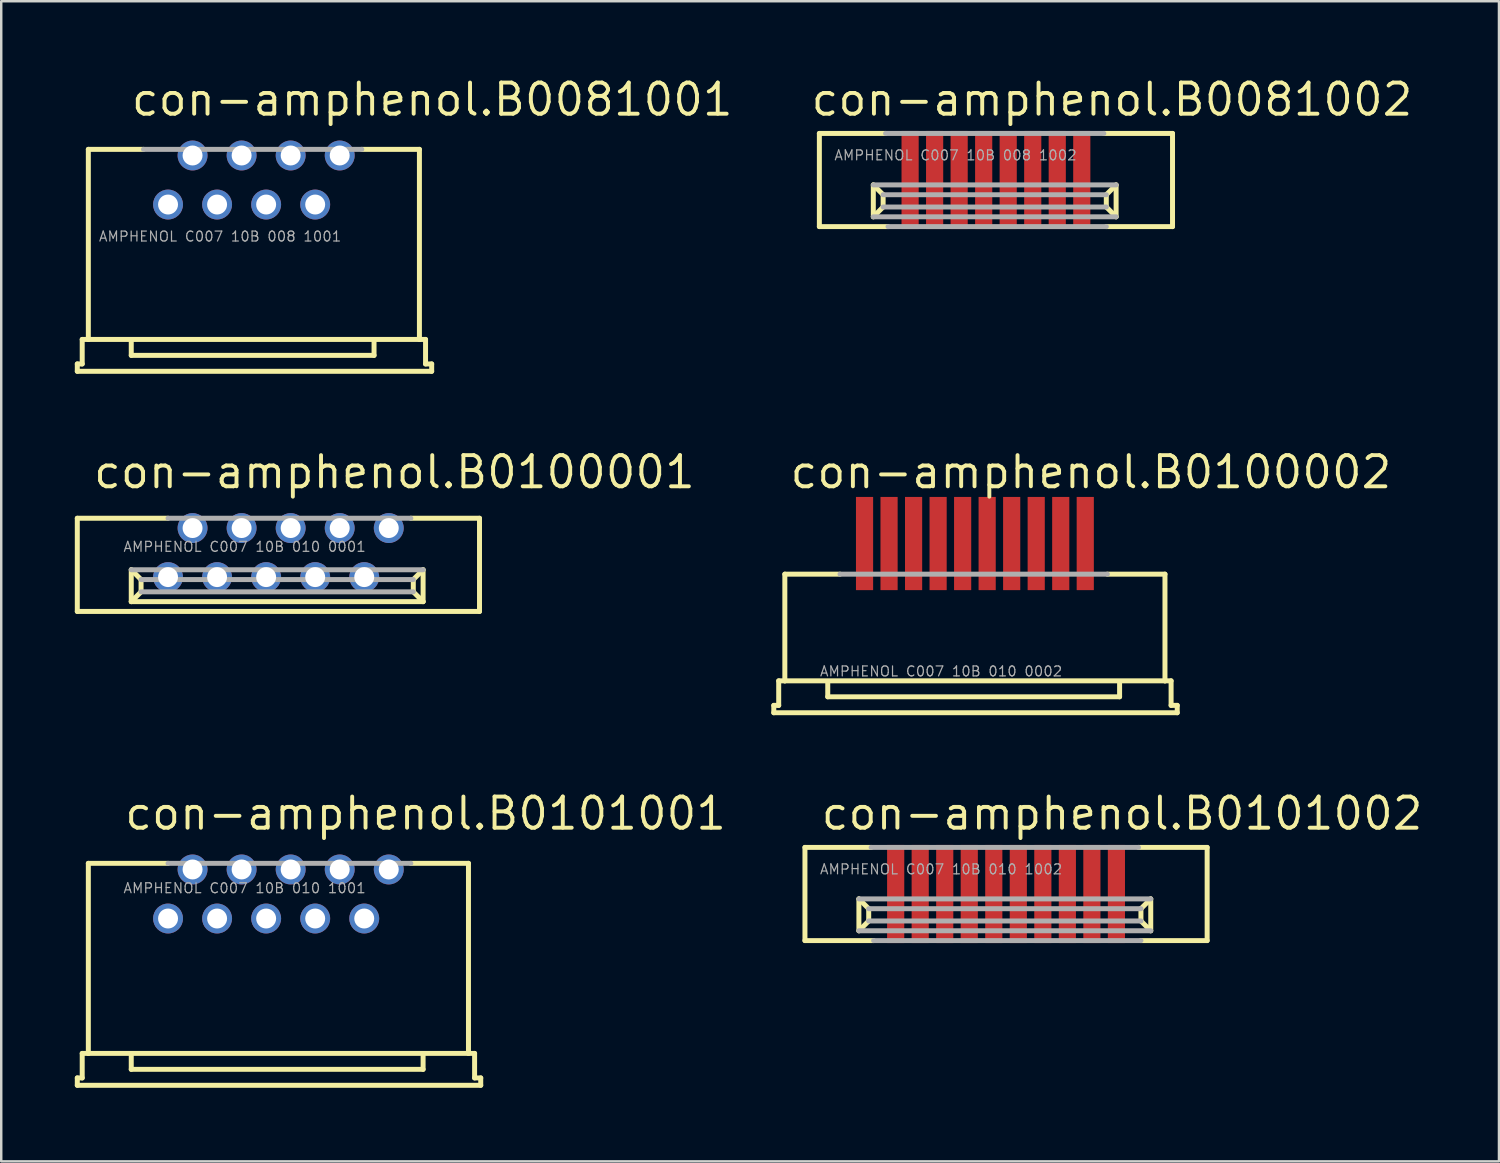
<source format=kicad_pcb>
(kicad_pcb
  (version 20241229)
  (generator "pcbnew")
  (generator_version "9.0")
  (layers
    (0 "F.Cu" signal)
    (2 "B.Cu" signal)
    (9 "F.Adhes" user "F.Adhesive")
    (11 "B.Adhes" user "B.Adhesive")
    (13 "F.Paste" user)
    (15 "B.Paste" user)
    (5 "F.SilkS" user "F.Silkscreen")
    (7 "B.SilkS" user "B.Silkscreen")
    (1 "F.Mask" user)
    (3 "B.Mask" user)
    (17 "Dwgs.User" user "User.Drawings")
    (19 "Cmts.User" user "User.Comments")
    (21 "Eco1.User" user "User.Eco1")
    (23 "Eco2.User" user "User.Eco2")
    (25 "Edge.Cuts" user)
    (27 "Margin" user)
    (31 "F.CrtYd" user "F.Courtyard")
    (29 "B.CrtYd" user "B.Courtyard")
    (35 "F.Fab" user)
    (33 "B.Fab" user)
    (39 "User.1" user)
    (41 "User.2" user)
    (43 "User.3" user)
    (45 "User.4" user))
  (footprint "con-amphenol.B0101002"
    (layer "F.Cu")
    (at 37.972 33.403)
    (property "Reference" "con-amphenol.B0101002" (at -7.62 -2.54 0) (layer "F.SilkS") (effects (font (size 1.27 1.27) (thickness 0.16)) (justify left bottom)))
    (attr smd)
    (fp_line (start -8.2 -1.9) (end -5.5 -1.9) (stroke (width 0.203) (type default)) (layer "F.SilkS"))
    (fp_line (start -8.2 1.9) (end -8.2 -1.9) (stroke (width 0.203) (type default)) (layer "F.SilkS"))
    (fp_line (start -6 0.2) (end -6 1.5) (stroke (width 0.203) (type default)) (layer "F.SilkS"))
    (fp_line (start -6 0.2) (end -5.6 0.6) (stroke (width 0.203) (type default)) (layer "F.SilkS"))
    (fp_line (start -6 1.5) (end -5.6 1.1) (stroke (width 0.203) (type default)) (layer "F.SilkS"))
    (fp_line (start -5.6 1.1) (end -5.6 0.6) (stroke (width 0.203) (type default)) (layer "F.SilkS"))
    (fp_line (start -5.4 1.9) (end -8.2 1.9) (stroke (width 0.203) (type default)) (layer "F.SilkS"))
    (fp_line (start 5.4 -1.9) (end 8.2 -1.9) (stroke (width 0.203) (type default)) (layer "F.SilkS"))
    (fp_line (start 5.5 0.6) (end 5.5 1.1) (stroke (width 0.203) (type default)) (layer "F.SilkS"))
    (fp_line (start 5.9 0.2) (end 5.5 0.6) (stroke (width 0.203) (type default)) (layer "F.SilkS"))
    (fp_line (start 5.9 1.5) (end 5.5 1.1) (stroke (width 0.203) (type default)) (layer "F.SilkS"))
    (fp_line (start 5.9 1.5) (end 5.9 0.2) (stroke (width 0.203) (type default)) (layer "F.SilkS"))
    (fp_line (start 8.2 -1.9) (end 8.2 1.9) (stroke (width 0.203) (type default)) (layer "F.SilkS"))
    (fp_line (start 8.2 1.9) (end 5.5 1.9) (stroke (width 0.203) (type default)) (layer "F.SilkS"))
    (fp_line (start -5.6 0.6) (end 5.5 0.6) (stroke (width 0.203) (type default)) (layer "F.Fab"))
    (fp_line (start -5.5 -1.9) (end 5.4 -1.9) (stroke (width 0.203) (type default)) (layer "F.Fab"))
    (fp_line (start 5.5 1.1) (end -5.6 1.1) (stroke (width 0.203) (type default)) (layer "F.Fab"))
    (fp_line (start 5.5 1.9) (end -5.4 1.9) (stroke (width 0.203) (type default)) (layer "F.Fab"))
    (fp_line (start 5.9 0.2) (end -6 0.2) (stroke (width 0.203) (type default)) (layer "F.Fab"))
    (fp_line (start 5.9 1.5) (end -6 1.5) (stroke (width 0.203) (type default)) (layer "F.Fab"))
    (fp_text user "AMPHENOL C007 10B 010 1002" (at -7.62 -0.77 0) (layer "F.Fab") (effects (font (size 0.406 0.406) (thickness 0.05)) (justify left bottom)))
    (pad "1" smd roundrect (at -4.5 0) (size 0.7 4) (layers "F.Cu" "F.Mask" "F.Paste") (roundrect_rratio 0.01))
    (pad "2" smd roundrect (at -3.5 0) (size 0.7 4) (layers "F.Cu" "F.Mask" "F.Paste") (roundrect_rratio 0.01))
    (pad "3" smd roundrect (at -2.5 0) (size 0.7 4) (layers "F.Cu" "F.Mask" "F.Paste") (roundrect_rratio 0.01))
    (pad "4" smd roundrect (at -1.5 0) (size 0.7 4) (layers "F.Cu" "F.Mask" "F.Paste") (roundrect_rratio 0.01))
    (pad "5" smd roundrect (at -0.5 0) (size 0.7 4) (layers "F.Cu" "F.Mask" "F.Paste") (roundrect_rratio 0.01))
    (pad "6" smd roundrect (at 0.5 0) (size 0.7 4) (layers "F.Cu" "F.Mask" "F.Paste") (roundrect_rratio 0.01))
    (pad "7" smd roundrect (at 1.5 0) (size 0.7 4) (layers "F.Cu" "F.Mask" "F.Paste") (roundrect_rratio 0.01))
    (pad "8" smd roundrect (at 2.5 0) (size 0.7 4) (layers "F.Cu" "F.Mask" "F.Paste") (roundrect_rratio 0.01))
    (pad "9" smd roundrect (at 3.5 0) (size 0.7 4) (layers "F.Cu" "F.Mask" "F.Paste") (roundrect_rratio 0.01))
    (pad "10" smd roundrect (at 4.5 0) (size 0.7 4) (layers "F.Cu" "F.Mask" "F.Paste") (roundrect_rratio 0.01)))
  (footprint "con-amphenol.B0100002"
    (layer "F.Cu")
    (at 36.702 22.022)
    (property "Reference" "con-amphenol.B0100002" (at -7.62 -5.08 0) (layer "F.SilkS") (effects (font (size 1.27 1.27) (thickness 0.16)) (justify left bottom)))
    (attr smd)
    (fp_line (start -8.2 3.69) (end -8 3.69) (stroke (width 0.203) (type default)) (layer "F.SilkS"))
    (fp_line (start -8.2 3.99) (end -8.2 3.69) (stroke (width 0.203) (type default)) (layer "F.SilkS"))
    (fp_line (start -8 2.69) (end -7.75 2.69) (stroke (width 0.203) (type default)) (layer "F.SilkS"))
    (fp_line (start -8 3.69) (end -8 2.69) (stroke (width 0.203) (type default)) (layer "F.SilkS"))
    (fp_line (start -7.75 -1.66) (end -5.5 -1.66) (stroke (width 0.203) (type default)) (layer "F.SilkS"))
    (fp_line (start -7.75 2.69) (end -7.75 -1.66) (stroke (width 0.203) (type default)) (layer "F.SilkS"))
    (fp_line (start -7.75 2.69) (end 7.75 2.69) (stroke (width 0.203) (type default)) (layer "F.SilkS"))
    (fp_line (start -6 2.79) (end -6 3.34) (stroke (width 0.203) (type default)) (layer "F.SilkS"))
    (fp_line (start 5.4 -1.66) (end 7.75 -1.66) (stroke (width 0.203) (type default)) (layer "F.SilkS"))
    (fp_line (start 5.9 3.34) (end -6 3.34) (stroke (width 0.203) (type default)) (layer "F.SilkS"))
    (fp_line (start 5.9 3.34) (end 5.9 2.79) (stroke (width 0.203) (type default)) (layer "F.SilkS"))
    (fp_line (start 7.75 -1.66) (end 7.75 2.69) (stroke (width 0.203) (type default)) (layer "F.SilkS"))
    (fp_line (start 7.75 2.69) (end 8 2.69) (stroke (width 0.203) (type default)) (layer "F.SilkS"))
    (fp_line (start 8 2.69) (end 8 3.69) (stroke (width 0.203) (type default)) (layer "F.SilkS"))
    (fp_line (start 8 3.69) (end 8.25 3.69) (stroke (width 0.203) (type default)) (layer "F.SilkS"))
    (fp_line (start 8.25 3.69) (end 8.25 3.99) (stroke (width 0.203) (type default)) (layer "F.SilkS"))
    (fp_line (start 8.25 3.99) (end -8.2 3.99) (stroke (width 0.203) (type default)) (layer "F.SilkS"))
    (fp_line (start -5.5 -1.66) (end 5.4 -1.66) (stroke (width 0.203) (type default)) (layer "F.Fab"))
    (fp_text user "AMPHENOL C007 10B 010 0002" (at -6.35 2.54 0) (layer "F.Fab") (effects (font (size 0.406 0.406) (thickness 0.05)) (justify left bottom)))
    (pad "1" smd roundrect (at -4.5 -2.91) (size 0.7 3.8) (layers "F.Cu" "F.Mask" "F.Paste") (roundrect_rratio 0.01))
    (pad "2" smd roundrect (at -3.5 -2.91) (size 0.7 3.8) (layers "F.Cu" "F.Mask" "F.Paste") (roundrect_rratio 0.01))
    (pad "3" smd roundrect (at -2.5 -2.91) (size 0.7 3.8) (layers "F.Cu" "F.Mask" "F.Paste") (roundrect_rratio 0.01))
    (pad "4" smd roundrect (at -1.5 -2.91) (size 0.7 3.8) (layers "F.Cu" "F.Mask" "F.Paste") (roundrect_rratio 0.01))
    (pad "5" smd roundrect (at -0.5 -2.91) (size 0.7 3.8) (layers "F.Cu" "F.Mask" "F.Paste") (roundrect_rratio 0.01))
    (pad "6" smd roundrect (at 0.5 -2.91) (size 0.7 3.8) (layers "F.Cu" "F.Mask" "F.Paste") (roundrect_rratio 0.01))
    (pad "7" smd roundrect (at 1.5 -2.91) (size 0.7 3.8) (layers "F.Cu" "F.Mask" "F.Paste") (roundrect_rratio 0.01))
    (pad "8" smd roundrect (at 2.5 -2.91) (size 0.7 3.8) (layers "F.Cu" "F.Mask" "F.Paste") (roundrect_rratio 0.01))
    (pad "9" smd roundrect (at 3.5 -2.91) (size 0.7 3.8) (layers "F.Cu" "F.Mask" "F.Paste") (roundrect_rratio 0.01))
    (pad "10" smd roundrect (at 4.5 -2.91) (size 0.7 3.8) (layers "F.Cu" "F.Mask" "F.Paste") (roundrect_rratio 0.01)))
  (footprint "con-amphenol.B0081001"
    (layer "F.Cu")
    (at 7.302 4.29)
    (property "Reference" "con-amphenol.B0081001" (at -5.08 -2.54 0) (layer "F.SilkS") (effects (font (size 1.27 1.27) (thickness 0.16)) (justify left bottom)))
    (attr through_hole)
    (fp_line (start -7.2 7.5) (end -7 7.5) (stroke (width 0.203) (type default)) (layer "F.SilkS"))
    (fp_line (start -7.2 7.8) (end -7.2 7.5) (stroke (width 0.203) (type default)) (layer "F.SilkS"))
    (fp_line (start -7 6.5) (end -6.75 6.5) (stroke (width 0.203) (type default)) (layer "F.SilkS"))
    (fp_line (start -7 7.5) (end -7 6.5) (stroke (width 0.203) (type default)) (layer "F.SilkS"))
    (fp_line (start -6.75 -1.25) (end -4.5 -1.25) (stroke (width 0.203) (type default)) (layer "F.SilkS"))
    (fp_line (start -6.75 6.5) (end -6.75 -1.25) (stroke (width 0.203) (type default)) (layer "F.SilkS"))
    (fp_line (start -6.75 6.5) (end 6.75 6.5) (stroke (width 0.203) (type default)) (layer "F.SilkS"))
    (fp_line (start -5 6.6) (end -5 7.15) (stroke (width 0.203) (type default)) (layer "F.SilkS"))
    (fp_line (start 4.4 -1.25) (end 6.75 -1.25) (stroke (width 0.203) (type default)) (layer "F.SilkS"))
    (fp_line (start 4.9 7.15) (end -5 7.15) (stroke (width 0.203) (type default)) (layer "F.SilkS"))
    (fp_line (start 4.9 7.15) (end 4.9 6.6) (stroke (width 0.203) (type default)) (layer "F.SilkS"))
    (fp_line (start 6.75 -1.25) (end 6.75 6.5) (stroke (width 0.203) (type default)) (layer "F.SilkS"))
    (fp_line (start 6.75 6.5) (end 7 6.5) (stroke (width 0.203) (type default)) (layer "F.SilkS"))
    (fp_line (start 7 6.5) (end 7 7.5) (stroke (width 0.203) (type default)) (layer "F.SilkS"))
    (fp_line (start 7 7.5) (end 7.25 7.5) (stroke (width 0.203) (type default)) (layer "F.SilkS"))
    (fp_line (start 7.25 7.5) (end 7.25 7.8) (stroke (width 0.203) (type default)) (layer "F.SilkS"))
    (fp_line (start 7.25 7.8) (end -7.2 7.8) (stroke (width 0.203) (type default)) (layer "F.SilkS"))
    (fp_line (start -4.5 -1.25) (end 4.4 -1.25) (stroke (width 0.203) (type default)) (layer "F.Fab"))
    (fp_text user "AMPHENOL C007 10B 008 1001" (at -6.35 2.54 0) (layer "F.Fab") (effects (font (size 0.406 0.406) (thickness 0.05)) (justify left bottom)))
    (pad "1" thru_hole circle (at -3.5 1) (size 1.219 1.219) (drill 0.813) (layers "*.Cu" "*.Mask"))
    (pad "2" thru_hole circle (at -2.5 -1) (size 1.219 1.219) (drill 0.813) (layers "*.Cu" "*.Mask"))
    (pad "3" thru_hole circle (at -1.5 1) (size 1.219 1.219) (drill 0.813) (layers "*.Cu" "*.Mask"))
    (pad "4" thru_hole circle (at -0.5 -1) (size 1.219 1.219) (drill 0.813) (layers "*.Cu" "*.Mask"))
    (pad "5" thru_hole circle (at 0.5 1) (size 1.219 1.219) (drill 0.813) (layers "*.Cu" "*.Mask"))
    (pad "6" thru_hole circle (at 1.5 -1) (size 1.219 1.219) (drill 0.813) (layers "*.Cu" "*.Mask"))
    (pad "7" thru_hole circle (at 2.5 1) (size 1.219 1.219) (drill 0.813) (layers "*.Cu" "*.Mask"))
    (pad "8" thru_hole circle (at 3.5 -1) (size 1.219 1.219) (drill 0.813) (layers "*.Cu" "*.Mask")))
  (footprint "con-amphenol.B0101001"
    (layer "F.Cu")
    (at 8.302 33.403)
    (property "Reference" "con-amphenol.B0101001" (at -6.35 -2.54 0) (layer "F.SilkS") (effects (font (size 1.27 1.27) (thickness 0.16)) (justify left bottom)))
    (attr through_hole)
    (fp_line (start -8.2 7.5) (end -8 7.5) (stroke (width 0.203) (type default)) (layer "F.SilkS"))
    (fp_line (start -8.2 7.8) (end -8.2 7.5) (stroke (width 0.203) (type default)) (layer "F.SilkS"))
    (fp_line (start -8 6.5) (end -7.75 6.5) (stroke (width 0.203) (type default)) (layer "F.SilkS"))
    (fp_line (start -8 7.5) (end -8 6.5) (stroke (width 0.203) (type default)) (layer "F.SilkS"))
    (fp_line (start -7.75 -1.25) (end -4.5 -1.25) (stroke (width 0.203) (type default)) (layer "F.SilkS"))
    (fp_line (start -7.75 6.5) (end -7.75 -1.25) (stroke (width 0.203) (type default)) (layer "F.SilkS"))
    (fp_line (start -7.75 6.5) (end 7.75 6.5) (stroke (width 0.203) (type default)) (layer "F.SilkS"))
    (fp_line (start -6 6.6) (end -6 7.15) (stroke (width 0.203) (type default)) (layer "F.SilkS"))
    (fp_line (start 5.4 -1.25) (end 7.75 -1.25) (stroke (width 0.203) (type default)) (layer "F.SilkS"))
    (fp_line (start 5.9 7.15) (end -6 7.15) (stroke (width 0.203) (type default)) (layer "F.SilkS"))
    (fp_line (start 5.9 7.15) (end 5.9 6.6) (stroke (width 0.203) (type default)) (layer "F.SilkS"))
    (fp_line (start 7.75 -1.25) (end 7.75 6.5) (stroke (width 0.203) (type default)) (layer "F.SilkS"))
    (fp_line (start 7.75 6.5) (end 8 6.5) (stroke (width 0.203) (type default)) (layer "F.SilkS"))
    (fp_line (start 8 6.5) (end 8 7.5) (stroke (width 0.203) (type default)) (layer "F.SilkS"))
    (fp_line (start 8 7.5) (end 8.25 7.5) (stroke (width 0.203) (type default)) (layer "F.SilkS"))
    (fp_line (start 8.25 7.5) (end 8.25 7.8) (stroke (width 0.203) (type default)) (layer "F.SilkS"))
    (fp_line (start 8.25 7.8) (end -8.2 7.8) (stroke (width 0.203) (type default)) (layer "F.SilkS"))
    (fp_line (start -4.5 -1.25) (end 5.4 -1.25) (stroke (width 0.203) (type default)) (layer "F.Fab"))
    (fp_text user "AMPHENOL C007 10B 010 1001" (at -6.35 0 0) (layer "F.Fab") (effects (font (size 0.406 0.406) (thickness 0.05)) (justify left bottom)))
    (pad "1" thru_hole circle (at -4.5 1) (size 1.219 1.219) (drill 0.813) (layers "*.Cu" "*.Mask"))
    (pad "2" thru_hole circle (at -3.5 -1) (size 1.219 1.219) (drill 0.813) (layers "*.Cu" "*.Mask"))
    (pad "3" thru_hole circle (at -2.5 1) (size 1.219 1.219) (drill 0.813) (layers "*.Cu" "*.Mask"))
    (pad "4" thru_hole circle (at -1.5 -1) (size 1.219 1.219) (drill 0.813) (layers "*.Cu" "*.Mask"))
    (pad "5" thru_hole circle (at -0.5 1) (size 1.219 1.219) (drill 0.813) (layers "*.Cu" "*.Mask"))
    (pad "6" thru_hole circle (at 0.5 -1) (size 1.219 1.219) (drill 0.813) (layers "*.Cu" "*.Mask"))
    (pad "7" thru_hole circle (at 1.5 1) (size 1.219 1.219) (drill 0.813) (layers "*.Cu" "*.Mask"))
    (pad "8" thru_hole circle (at 2.5 -1) (size 1.219 1.219) (drill 0.813) (layers "*.Cu" "*.Mask"))
    (pad "9" thru_hole circle (at 3.5 1) (size 1.219 1.219) (drill 0.813) (layers "*.Cu" "*.Mask"))
    (pad "10" thru_hole circle (at 4.5 -1) (size 1.219 1.219) (drill 0.813) (layers "*.Cu" "*.Mask")))
  (footprint "con-amphenol.B0100001"
    (layer "F.Cu")
    (at 8.302 19.482)
    (property "Reference" "con-amphenol.B0100001" (at -7.62 -2.54 0) (layer "F.SilkS") (effects (font (size 1.27 1.27) (thickness 0.16)) (justify left bottom)))
    (attr through_hole)
    (fp_line (start -8.2 -1.4) (end -4.5 -1.4) (stroke (width 0.203) (type default)) (layer "F.SilkS"))
    (fp_line (start -8.2 2.4) (end -8.2 -1.4) (stroke (width 0.203) (type default)) (layer "F.SilkS"))
    (fp_line (start -6 0.7) (end -6 2) (stroke (width 0.203) (type default)) (layer "F.SilkS"))
    (fp_line (start -6 0.7) (end -5.6 1.1) (stroke (width 0.203) (type default)) (layer "F.SilkS"))
    (fp_line (start -6 2) (end -5.6 1.6) (stroke (width 0.203) (type default)) (layer "F.SilkS"))
    (fp_line (start -5.6 1.6) (end -5.6 1.1) (stroke (width 0.203) (type default)) (layer "F.SilkS"))
    (fp_line (start 5.4 -1.4) (end 8.2 -1.4) (stroke (width 0.203) (type default)) (layer "F.SilkS"))
    (fp_line (start 5.5 1.1) (end 5.5 1.6) (stroke (width 0.203) (type default)) (layer "F.SilkS"))
    (fp_line (start 5.9 0.7) (end 5.5 1.1) (stroke (width 0.203) (type default)) (layer "F.SilkS"))
    (fp_line (start 5.9 2) (end -6 2) (stroke (width 0.203) (type default)) (layer "F.SilkS"))
    (fp_line (start 5.9 2) (end 5.5 1.6) (stroke (width 0.203) (type default)) (layer "F.SilkS"))
    (fp_line (start 5.9 2) (end 5.9 0.7) (stroke (width 0.203) (type default)) (layer "F.SilkS"))
    (fp_line (start 8.2 -1.4) (end 8.2 2.4) (stroke (width 0.203) (type default)) (layer "F.SilkS"))
    (fp_line (start 8.2 2.4) (end -8.2 2.4) (stroke (width 0.203) (type default)) (layer "F.SilkS"))
    (fp_line (start -5.6 1.1) (end 5.5 1.1) (stroke (width 0.203) (type default)) (layer "F.Fab"))
    (fp_line (start -4.5 -1.4) (end 5.4 -1.4) (stroke (width 0.203) (type default)) (layer "F.Fab"))
    (fp_line (start 5.5 1.6) (end -5.6 1.6) (stroke (width 0.203) (type default)) (layer "F.Fab"))
    (fp_line (start 5.9 0.7) (end -6 0.7) (stroke (width 0.203) (type default)) (layer "F.Fab"))
    (fp_text user "AMPHENOL C007 10B 010 0001" (at -6.35 0 0) (layer "F.Fab") (effects (font (size 0.406 0.406) (thickness 0.05)) (justify left bottom)))
    (pad "1" thru_hole circle (at -4.5 1) (size 1.219 1.219) (drill 0.813) (layers "*.Cu" "*.Mask"))
    (pad "2" thru_hole circle (at -3.5 -1) (size 1.219 1.219) (drill 0.813) (layers "*.Cu" "*.Mask"))
    (pad "3" thru_hole circle (at -2.5 1) (size 1.219 1.219) (drill 0.813) (layers "*.Cu" "*.Mask"))
    (pad "4" thru_hole circle (at -1.5 -1) (size 1.219 1.219) (drill 0.813) (layers "*.Cu" "*.Mask"))
    (pad "5" thru_hole circle (at -0.5 1) (size 1.219 1.219) (drill 0.813) (layers "*.Cu" "*.Mask"))
    (pad "6" thru_hole circle (at 0.5 -1) (size 1.219 1.219) (drill 0.813) (layers "*.Cu" "*.Mask"))
    (pad "7" thru_hole circle (at 1.5 1) (size 1.219 1.219) (drill 0.813) (layers "*.Cu" "*.Mask"))
    (pad "8" thru_hole circle (at 2.5 -1) (size 1.219 1.219) (drill 0.813) (layers "*.Cu" "*.Mask"))
    (pad "9" thru_hole circle (at 3.5 1) (size 1.219 1.219) (drill 0.813) (layers "*.Cu" "*.Mask"))
    (pad "10" thru_hole circle (at 4.5 -1) (size 1.219 1.219) (drill 0.813) (layers "*.Cu" "*.Mask")))
  (footprint "con-amphenol.B0081002"
    (layer "F.Cu")
    (at 37.56 4.29)
    (property "Reference" "con-amphenol.B0081002" (at -7.62 -2.54 0) (layer "F.SilkS") (effects (font (size 1.27 1.27) (thickness 0.16)) (justify left bottom)))
    (attr smd)
    (fp_line (start -7.2 -1.9) (end -4.5 -1.9) (stroke (width 0.203) (type default)) (layer "F.SilkS"))
    (fp_line (start -7.2 1.9) (end -7.2 -1.9) (stroke (width 0.203) (type default)) (layer "F.SilkS"))
    (fp_line (start -5 0.2) (end -5 1.5) (stroke (width 0.203) (type default)) (layer "F.SilkS"))
    (fp_line (start -5 0.2) (end -4.6 0.6) (stroke (width 0.203) (type default)) (layer "F.SilkS"))
    (fp_line (start -5 1.5) (end -4.6 1.1) (stroke (width 0.203) (type default)) (layer "F.SilkS"))
    (fp_line (start -4.6 1.1) (end -4.6 0.6) (stroke (width 0.203) (type default)) (layer "F.SilkS"))
    (fp_line (start -4.4 1.9) (end -7.2 1.9) (stroke (width 0.203) (type default)) (layer "F.SilkS"))
    (fp_line (start 4.4 -1.9) (end 7.2 -1.9) (stroke (width 0.203) (type default)) (layer "F.SilkS"))
    (fp_line (start 4.5 0.6) (end 4.5 1.1) (stroke (width 0.203) (type default)) (layer "F.SilkS"))
    (fp_line (start 4.9 0.2) (end 4.5 0.6) (stroke (width 0.203) (type default)) (layer "F.SilkS"))
    (fp_line (start 4.9 1.5) (end 4.5 1.1) (stroke (width 0.203) (type default)) (layer "F.SilkS"))
    (fp_line (start 4.9 1.5) (end 4.9 0.2) (stroke (width 0.203) (type default)) (layer "F.SilkS"))
    (fp_line (start 7.2 -1.9) (end 7.2 1.9) (stroke (width 0.203) (type default)) (layer "F.SilkS"))
    (fp_line (start 7.2 1.9) (end 4.5 1.9) (stroke (width 0.203) (type default)) (layer "F.SilkS"))
    (fp_line (start -4.6 0.6) (end 4.5 0.6) (stroke (width 0.203) (type default)) (layer "F.Fab"))
    (fp_line (start -4.5 -1.9) (end 4.4 -1.9) (stroke (width 0.203) (type default)) (layer "F.Fab"))
    (fp_line (start 4.5 1.1) (end -4.6 1.1) (stroke (width 0.203) (type default)) (layer "F.Fab"))
    (fp_line (start 4.5 1.9) (end -4.4 1.9) (stroke (width 0.203) (type default)) (layer "F.Fab"))
    (fp_line (start 4.9 0.2) (end -5 0.2) (stroke (width 0.203) (type default)) (layer "F.Fab"))
    (fp_line (start 4.9 1.5) (end -5 1.5) (stroke (width 0.203) (type default)) (layer "F.Fab"))
    (fp_text user "AMPHENOL C007 10B 008 1002" (at -6.62 -0.77 0) (layer "F.Fab") (effects (font (size 0.406 0.406) (thickness 0.05)) (justify left bottom)))
    (pad "1" smd roundrect (at -3.5 0) (size 0.7 4) (layers "F.Cu" "F.Mask" "F.Paste") (roundrect_rratio 0.01))
    (pad "2" smd roundrect (at -2.5 0) (size 0.7 4) (layers "F.Cu" "F.Mask" "F.Paste") (roundrect_rratio 0.01))
    (pad "3" smd roundrect (at -1.5 0) (size 0.7 4) (layers "F.Cu" "F.Mask" "F.Paste") (roundrect_rratio 0.01))
    (pad "4" smd roundrect (at -0.5 0) (size 0.7 4) (layers "F.Cu" "F.Mask" "F.Paste") (roundrect_rratio 0.01))
    (pad "5" smd roundrect (at 0.5 0) (size 0.7 4) (layers "F.Cu" "F.Mask" "F.Paste") (roundrect_rratio 0.01))
    (pad "6" smd roundrect (at 1.5 0) (size 0.7 4) (layers "F.Cu" "F.Mask" "F.Paste") (roundrect_rratio 0.01))
    (pad "7" smd roundrect (at 2.5 0) (size 0.7 4) (layers "F.Cu" "F.Mask" "F.Paste") (roundrect_rratio 0.01))
    (pad "8" smd roundrect (at 3.5 0) (size 0.7 4) (layers "F.Cu" "F.Mask" "F.Paste") (roundrect_rratio 0.01)))
  (gr_rect
    (start -3 -3)
    (end 58.071 44.305)
    (stroke (width 0.1) (type default))
    (fill no)
    (layer "Edge.Cuts")))
</source>
